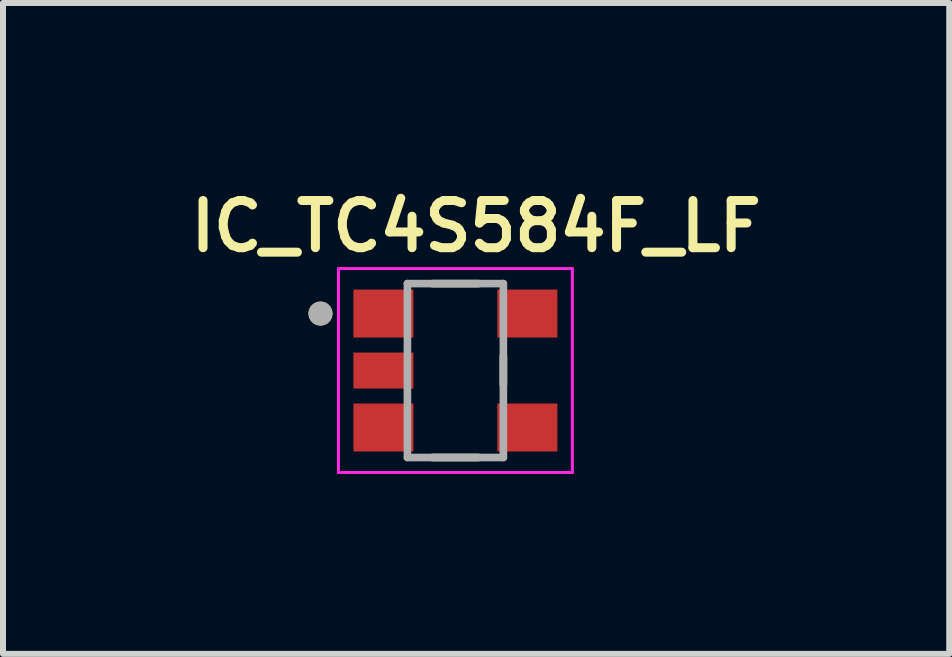
<source format=kicad_pcb>
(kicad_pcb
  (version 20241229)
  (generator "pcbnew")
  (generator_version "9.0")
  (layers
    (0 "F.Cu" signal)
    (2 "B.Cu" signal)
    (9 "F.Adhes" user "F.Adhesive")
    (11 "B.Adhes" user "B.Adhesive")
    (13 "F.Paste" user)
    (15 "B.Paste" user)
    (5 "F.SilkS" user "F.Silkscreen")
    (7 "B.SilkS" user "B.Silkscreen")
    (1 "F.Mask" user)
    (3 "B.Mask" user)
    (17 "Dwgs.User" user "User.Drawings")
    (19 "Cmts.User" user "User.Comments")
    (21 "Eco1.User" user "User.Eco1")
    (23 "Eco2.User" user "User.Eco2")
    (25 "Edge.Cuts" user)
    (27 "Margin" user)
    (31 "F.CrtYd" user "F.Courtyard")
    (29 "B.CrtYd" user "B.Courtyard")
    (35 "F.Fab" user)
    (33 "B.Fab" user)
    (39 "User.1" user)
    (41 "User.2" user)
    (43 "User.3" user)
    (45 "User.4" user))
  (footprint "IC_TC4S584F_LF"
    (layer "F.Cu")
    (at 4.544 3.129)
    (property "Reference" "IC_TC4S584F_LF" (at 0.345 -2.405 0) (layer "F.SilkS") (effects (font (size 0.787 0.787) (thickness 0.15))))
    (attr smd)
    (fp_line (start -0.385 -1.45) (end 0.385 -1.45) (stroke (width 0.127) (type solid)) (layer "F.SilkS"))
    (fp_line (start -0.385 1.45) (end 0.385 1.45) (stroke (width 0.127) (type solid)) (layer "F.SilkS"))
    (fp_line (start 0.8 -0.235) (end 0.8 0.235) (stroke (width 0.127) (type solid)) (layer "F.SilkS"))
    (fp_circle (center -2.25 -0.95) (end -2.15 -0.95) (stroke (width 0.2) (type solid)) (fill no) (layer "F.SilkS"))
    (fp_line (start -1.95 -1.7) (end 1.95 -1.7) (stroke (width 0.05) (type solid)) (layer "F.CrtYd"))
    (fp_line (start -1.95 1.7) (end -1.95 -1.7) (stroke (width 0.05) (type solid)) (layer "F.CrtYd"))
    (fp_line (start 1.95 -1.7) (end 1.95 1.7) (stroke (width 0.05) (type solid)) (layer "F.CrtYd"))
    (fp_line (start 1.95 1.7) (end -1.95 1.7) (stroke (width 0.05) (type solid)) (layer "F.CrtYd"))
    (fp_line (start -0.8 -1.45) (end 0.8 -1.45) (stroke (width 0.127) (type solid)) (layer "F.Fab"))
    (fp_line (start -0.8 1.45) (end -0.8 -1.45) (stroke (width 0.127) (type solid)) (layer "F.Fab"))
    (fp_line (start 0.8 -1.45) (end 0.8 1.45) (stroke (width 0.127) (type solid)) (layer "F.Fab"))
    (fp_line (start 0.8 1.45) (end -0.8 1.45) (stroke (width 0.127) (type solid)) (layer "F.Fab"))
    (fp_circle (center -2.25 -0.95) (end -2.15 -0.95) (stroke (width 0.2) (type solid)) (fill no) (layer "F.Fab"))
    (pad "1" smd rect (at -1.2 -0.95) (size 1 0.8) (layers "F.Cu" "F.Mask" "F.Paste"))
    (pad "2" smd rect (at -1.2 0) (size 1 0.6) (layers "F.Cu" "F.Mask" "F.Paste"))
    (pad "3" smd rect (at -1.2 0.95) (size 1 0.8) (layers "F.Cu" "F.Mask" "F.Paste"))
    (pad "4" smd rect (at 1.2 0.95) (size 1 0.8) (layers "F.Cu" "F.Mask" "F.Paste"))
    (pad "5" smd rect (at 1.2 -0.95) (size 1 0.8) (layers "F.Cu" "F.Mask" "F.Paste")))
  (gr_rect
    (start -3 -3)
    (end 12.779 7.854)
    (stroke (width 0.1) (type default))
    (fill no)
    (layer "Edge.Cuts")))
</source>
